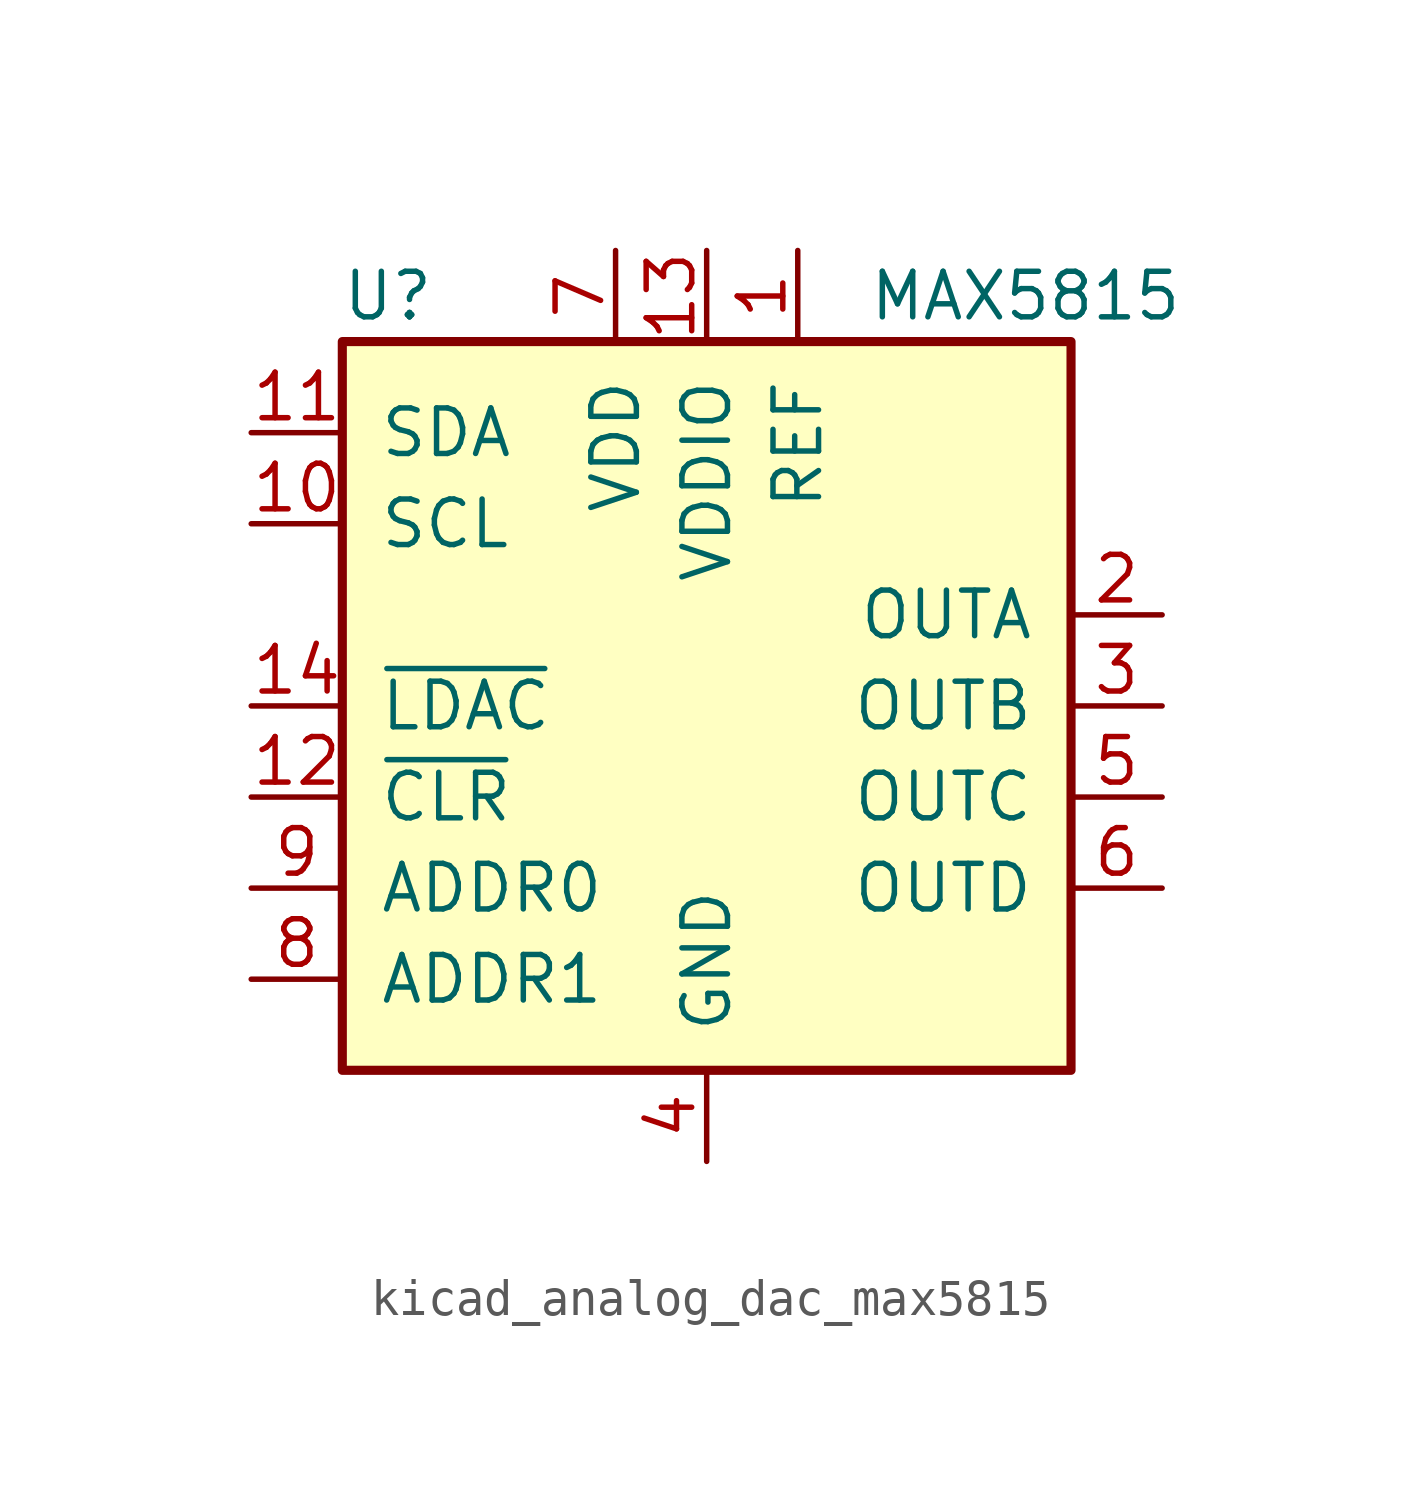
<source format=kicad_sym>
(kicad_symbol_lib
  (version 20220914)
  (generator kicad_symbol_editor)
  (symbol "kicad_analog_dac_max5815"
    (pin_names
      (offset 1.016))
    (property "Reference" "U"
      (at -8.89 11.43 0)
      (effects (font (size 1.27 1.27))))
    (property "Value" "MAX5815"
      (at 8.89 11.43 0)
      (effects (font (size 1.27 1.27))))
    (symbol "kicad_analog_dac_max5815_0_1"
      (rectangle (start -10.16 10.16) (end 10.16 -10.16) (stroke (width 0.254) (type default)) (fill (type background))))
    (symbol "kicad_analog_dac_max5815_1_1"
      (pin power_in line (at 2.54 12.7 270) (length 2.54) (name "REF" (effects (font (size 1.27 1.27)))) (number "1" (effects (font (size 1.27 1.27)))))
      (pin input line (at -12.7 5.08 0) (length 2.54) (name "SCL" (effects (font (size 1.27 1.27)))) (number "10" (effects (font (size 1.27 1.27)))))
      (pin bidirectional line (at -12.7 7.62 0) (length 2.54) (name "SDA" (effects (font (size 1.27 1.27)))) (number "11" (effects (font (size 1.27 1.27)))))
      (pin input line (at -12.7 -2.54 0) (length 2.54) (name "~{CLR}" (effects (font (size 1.27 1.27)))) (number "12" (effects (font (size 1.27 1.27)))))
      (pin power_in line (at 0 12.7 270) (length 2.54) (name "VDDIO" (effects (font (size 1.27 1.27)))) (number "13" (effects (font (size 1.27 1.27)))))
      (pin input line (at -12.7 0 0) (length 2.54) (name "~{LDAC}" (effects (font (size 1.27 1.27)))) (number "14" (effects (font (size 1.27 1.27)))))
      (pin output line (at 12.7 2.54 180) (length 2.54) (name "OUTA" (effects (font (size 1.27 1.27)))) (number "2" (effects (font (size 1.27 1.27)))))
      (pin output line (at 12.7 0 180) (length 2.54) (name "OUTB" (effects (font (size 1.27 1.27)))) (number "3" (effects (font (size 1.27 1.27)))))
      (pin power_in line (at 0 -12.7 90) (length 2.54) (name "GND" (effects (font (size 1.27 1.27)))) (number "4" (effects (font (size 1.27 1.27)))))
      (pin output line (at 12.7 -2.54 180) (length 2.54) (name "OUTC" (effects (font (size 1.27 1.27)))) (number "5" (effects (font (size 1.27 1.27)))))
      (pin output line (at 12.7 -5.08 180) (length 2.54) (name "OUTD" (effects (font (size 1.27 1.27)))) (number "6" (effects (font (size 1.27 1.27)))))
      (pin power_in line (at -2.54 12.7 270) (length 2.54) (name "VDD" (effects (font (size 1.27 1.27)))) (number "7" (effects (font (size 1.27 1.27)))))
      (pin input line (at -12.7 -7.62 0) (length 2.54) (name "ADDR1" (effects (font (size 1.27 1.27)))) (number "8" (effects (font (size 1.27 1.27)))))
      (pin input line (at -12.7 -5.08 0) (length 2.54) (name "ADDR0" (effects (font (size 1.27 1.27)))) (number "9" (effects (font (size 1.27 1.27))))))))
</source>
